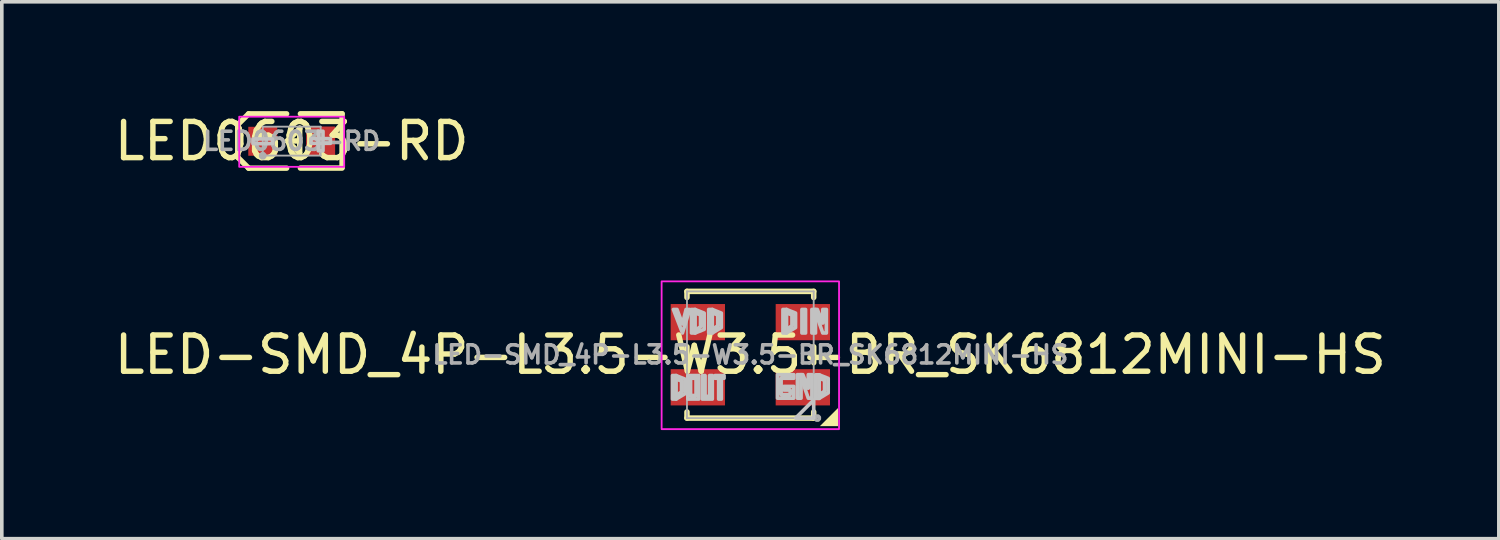
<source format=kicad_pcb>
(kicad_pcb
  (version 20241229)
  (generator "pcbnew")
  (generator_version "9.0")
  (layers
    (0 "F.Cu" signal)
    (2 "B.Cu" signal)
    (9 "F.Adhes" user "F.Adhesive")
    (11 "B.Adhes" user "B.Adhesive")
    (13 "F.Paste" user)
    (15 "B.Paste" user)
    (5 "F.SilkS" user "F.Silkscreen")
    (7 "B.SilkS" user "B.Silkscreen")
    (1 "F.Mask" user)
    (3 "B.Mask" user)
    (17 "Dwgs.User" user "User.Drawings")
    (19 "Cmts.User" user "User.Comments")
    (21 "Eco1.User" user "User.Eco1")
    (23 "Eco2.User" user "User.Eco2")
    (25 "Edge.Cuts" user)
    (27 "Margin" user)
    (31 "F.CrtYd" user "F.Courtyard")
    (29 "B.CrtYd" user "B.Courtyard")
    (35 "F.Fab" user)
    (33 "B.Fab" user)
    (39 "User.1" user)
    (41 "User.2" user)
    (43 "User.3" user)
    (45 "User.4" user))
  (footprint "LED-SMD_4P-L3.5-W3.5-BR_SK6812MINI-HS"
    (layer "F.Cu")
    (at 17.673 6.747)
    (property "Reference" "LED-SMD_4P-L3.5-W3.5-BR_SK6812MINI-HS" (at 0 0 0) (layer "F.SilkS") (effects (font (size 1 1) (thickness 0.15))))
    (fp_line (start -1.75 -1.581) (end -1.75 -1.75) (stroke (width 0.152) (type default)) (layer "F.SilkS"))
    (fp_line (start -1.75 0.22) (end -1.75 -0.22) (stroke (width 0.152) (type default)) (layer "F.SilkS"))
    (fp_line (start -1.75 1.75) (end -1.75 1.58) (stroke (width 0.152) (type default)) (layer "F.SilkS"))
    (fp_line (start 1.75 -1.75) (end -1.75 -1.75) (stroke (width 0.152) (type default)) (layer "F.SilkS"))
    (fp_line (start 1.75 -1.581) (end 1.75 -1.75) (stroke (width 0.152) (type default)) (layer "F.SilkS"))
    (fp_line (start 1.75 0.22) (end 1.75 -0.22) (stroke (width 0.152) (type default)) (layer "F.SilkS"))
    (fp_line (start 1.75 1.75) (end -1.75 1.75) (stroke (width 0.152) (type default)) (layer "F.SilkS"))
    (fp_line (start 1.75 1.75) (end 1.75 1.58) (stroke (width 0.152) (type default)) (layer "F.SilkS"))
    (fp_poly (pts (xy 1.921 1.972) (xy 2.421 1.972) (xy 2.421 1.472)) (stroke (width 0) (type default)) (fill yes) (layer "F.SilkS"))
    (fp_poly (pts (xy 1.25 1.75) (xy 1.75 1.75) (xy 1.75 1.25)) (stroke (width 0.1) (type default)) (fill no) (layer "Dwgs.User"))
    (fp_poly (pts (xy -2.15 0.575) (xy -2.15 1.225) (xy -2.05 1.225) (xy -2.05 0.575)) (stroke (width 0.1) (type default)) (fill no) (layer "Dwgs.User"))
    (fp_poly (pts (xy -1.625 -1.25) (xy -1.625 -0.6) (xy -1.525 -0.6) (xy -1.525 -1.25)) (stroke (width 0.1) (type default)) (fill no) (layer "Dwgs.User"))
    (fp_poly (pts (xy -1.15 -1.25) (xy -1.15 -0.6) (xy -1.05 -0.6) (xy -1.05 -1.25)) (stroke (width 0.1) (type default)) (fill no) (layer "Dwgs.User"))
    (fp_poly (pts (xy 0.9 -1.25) (xy 0.9 -0.6) (xy 1 -0.6) (xy 1 -1.25)) (stroke (width 0.1) (type default)) (fill no) (layer "Dwgs.User"))
    (fp_poly (pts (xy 1.3 0.55) (xy 1.3 1.2) (xy 1.401 1.2) (xy 1.401 0.55)) (stroke (width 0.1) (type default)) (fill no) (layer "Dwgs.User"))
    (fp_poly (pts (xy 1.425 -1.25) (xy 1.425 -0.6) (xy 1.525 -0.6) (xy 1.525 -1.25)) (stroke (width 0.1) (type default)) (fill no) (layer "Dwgs.User"))
    (fp_poly (pts (xy 1.7 -1.25) (xy 1.7 -0.6) (xy 1.8 -0.6) (xy 1.8 -1.25)) (stroke (width 0.1) (type default)) (fill no) (layer "Dwgs.User"))
    (fp_poly (pts (xy 1.802 0.555) (xy 1.802 1.205) (xy 1.902 1.205) (xy 1.902 0.555)) (stroke (width 0.1) (type default)) (fill no) (layer "Dwgs.User"))
    (fp_poly (pts (xy -2.125 -1.25) (xy -2.025 -1.25) (xy -1.875 -0.85) (xy -1.775 -1.25) (xy -1.675 -1.25) (xy -1.875 -0.6)) (stroke (width 0.1) (type default)) (fill no) (layer "Dwgs.User"))
    (fp_poly (pts (xy -2.05 0.675) (xy -1.901 0.725) (xy -1.901 1.025) (xy -2.05 1.125) (xy -2.05 1.225) (xy -1.801 1.075) (xy -1.801 0.675) (xy -2.05 0.575)) (stroke (width 0.1) (type default)) (fill no) (layer "Dwgs.User"))
    (fp_poly (pts (xy -1.525 -1.15) (xy -1.375 -1.1) (xy -1.375 -0.775) (xy -1.525 -0.675) (xy -1.525 -0.6) (xy -1.275 -0.7) (xy -1.275 -1.15) (xy -1.525 -1.25)) (stroke (width 0.1) (type default)) (fill no) (layer "Dwgs.User"))
    (fp_poly (pts (xy -1.325 0.575) (xy -1.25 0.575) (xy -1.25 1.15) (xy -1.125 1.15) (xy -1.125 0.575) (xy -1.05 0.575) (xy -1.05 1.225) (xy -1.325 1.225)) (stroke (width 0.1) (type default)) (fill no) (layer "Dwgs.User"))
    (fp_poly (pts (xy -1.05 -1.15) (xy -0.901 -1.1) (xy -0.901 -0.8) (xy -1.05 -0.7) (xy -1.05 -0.6) (xy -0.801 -0.75) (xy -0.801 -1.15) (xy -1.05 -1.25)) (stroke (width 0.1) (type default)) (fill no) (layer "Dwgs.User"))
    (fp_poly (pts (xy -0.975 0.575) (xy -0.975 0.65) (xy -0.875 0.65) (xy -0.875 1.225) (xy -0.8 1.225) (xy -0.8 0.65) (xy -0.725 0.65) (xy -0.725 0.575)) (stroke (width 0.1) (type default)) (fill no) (layer "Dwgs.User"))
    (fp_poly (pts (xy 1 -1.15) (xy 1.149 -1.1) (xy 1.149 -0.8) (xy 1 -0.7) (xy 1 -0.6) (xy 1.249 -0.75) (xy 1.249 -1.15) (xy 1 -1.25)) (stroke (width 0.1) (type default)) (fill no) (layer "Dwgs.User"))
    (fp_poly (pts (xy 1.4 0.625) (xy 1.6 1.2) (xy 1.7 1.2) (xy 1.7 0.55) (xy 1.6 0.55) (xy 1.6 0.925) (xy 1.45 0.55) (xy 1.4 0.55)) (stroke (width 0.1) (type default)) (fill no) (layer "Dwgs.User"))
    (fp_poly (pts (xy 1.8 -1.175) (xy 2 -0.6) (xy 2.1 -0.6) (xy 2.1 -1.25) (xy 2 -1.25) (xy 2 -0.875) (xy 1.85 -1.25) (xy 1.8 -1.25)) (stroke (width 0.1) (type default)) (fill no) (layer "Dwgs.User"))
    (fp_poly (pts (xy 1.902 0.654) (xy 2.05 0.705) (xy 2.05 1.004) (xy 1.902 1.105) (xy 1.902 1.205) (xy 2.151 1.054) (xy 2.151 0.654) (xy 1.902 0.555)) (stroke (width 0.1) (type default)) (fill no) (layer "Dwgs.User"))
    (fp_poly (pts (xy -1.65 0.7) (xy -1.65 1.125) (xy -1.5 1.125) (xy -1.5 0.65) (xy -1.725 0.65) (xy -1.725 0.575) (xy -1.425 0.575) (xy -1.425 1.225) (xy -1.725 1.225) (xy -1.725 0.7)) (stroke (width 0.1) (type default)) (fill no) (layer "Dwgs.User"))
    (fp_poly (pts (xy 1.2 0.55) (xy 1.2 0.65) (xy 0.85 0.65) (xy 0.85 1.1) (xy 1.1 1.1) (xy 1.1 0.975) (xy 0.925 0.975) (xy 0.925 0.875) (xy 1.2 0.875) (xy 1.2 1.2) (xy 0.75 1.2) (xy 0.75 0.55)) (stroke (width 0.1) (type default)) (fill no) (layer "Dwgs.User"))
    (fp_rect (start -2.45 -2.026) (end 2.45 2.055) (stroke (width 0.05) (type default)) (fill no) (layer "F.CrtYd"))
    (fp_line (start -1.75 -1.75) (end 1.75 -1.75) (stroke (width 0.051) (type default)) (layer "F.Fab"))
    (fp_line (start -1.75 1.75) (end -1.75 -1.75) (stroke (width 0.051) (type default)) (layer "F.Fab"))
    (fp_line (start 1.75 -1.75) (end 1.75 1.75) (stroke (width 0.051) (type default)) (layer "F.Fab"))
    (fp_line (start 1.75 1.75) (end -1.75 1.75) (stroke (width 0.051) (type default)) (layer "F.Fab"))
    (fp_poly (pts (xy 1.905 1.727) (xy 1.873 1.695) (xy 1.827 1.695) (xy 1.795 1.727) (xy 1.795 1.773) (xy 1.827 1.805) (xy 1.873 1.805) (xy 1.905 1.773)) (stroke (width 0.1) (type default)) (fill no) (layer "F.Fab"))
    (fp_poly (pts (xy -0.95 -0.5) (xy -1.85 -0.5) (xy -1.85 -1.3) (xy -0.95 -1.3)) (stroke (width 0.1) (type default)) (fill no) (layer "User.1"))
    (fp_poly (pts (xy -0.95 1.3) (xy -1.85 1.3) (xy -1.85 0.5) (xy -0.95 0.5)) (stroke (width 0.1) (type default)) (fill no) (layer "User.1"))
    (fp_poly (pts (xy 1.85 -0.5) (xy 0.95 -0.5) (xy 0.95 -1.3) (xy 1.85 -1.3)) (stroke (width 0.1) (type default)) (fill no) (layer "User.1"))
    (fp_poly (pts (xy 1.85 1.3) (xy 0.95 1.3) (xy 0.95 0.5) (xy 1.85 0.5)) (stroke (width 0.1) (type default)) (fill no) (layer "User.1"))
    (fp_text user "${REFERENCE}" (at 0 0 0) (layer "F.Fab") (effects (font (size 0.5 0.5) (thickness 0.1))))
    (pad "1" smd rect (at 1.45 0.9 180) (size 1.5 1) (layers "F.Cu" "F.Mask" "F.Paste"))
    (pad "2" smd rect (at 1.45 -0.9 180) (size 1.5 1) (layers "F.Cu" "F.Mask" "F.Paste"))
    (pad "3" smd rect (at -1.45 -0.9 180) (size 1.5 1) (layers "F.Cu" "F.Mask" "F.Paste"))
    (pad "4" smd rect (at -1.45 0.9 180) (size 1.5 1) (layers "F.Cu" "F.Mask" "F.Paste")))
  (footprint "LED0603-RD"
    (layer "F.Cu")
    (at 5.006 0.848)
    (property "Reference" "LED0603-RD" (at 0 0 0) (layer "F.SilkS") (effects (font (size 1 1) (thickness 0.15))))
    (fp_line (start -1.49 -0.455) (end -1.19 -0.754) (stroke (width 0.15) (type default)) (layer "F.SilkS"))
    (fp_line (start -1.49 -0.354) (end -1.49 -0.455) (stroke (width 0.15) (type default)) (layer "F.SilkS"))
    (fp_line (start -1.49 -0.354) (end -1.49 0.346) (stroke (width 0.15) (type default)) (layer "F.SilkS"))
    (fp_line (start -1.49 0.346) (end -1.49 0.446) (stroke (width 0.15) (type default)) (layer "F.SilkS"))
    (fp_line (start -1.49 0.446) (end -1.19 0.746) (stroke (width 0.15) (type default)) (layer "F.SilkS"))
    (fp_line (start -0.14 -0.754) (end -1.19 -0.754) (stroke (width 0.15) (type default)) (layer "F.SilkS"))
    (fp_line (start -0.14 0.746) (end -1.19 0.746) (stroke (width 0.15) (type default)) (layer "F.SilkS"))
    (fp_line (start 0.21 0.324) (end -0.119 -0.006) (stroke (width 0.15) (type default)) (layer "F.SilkS"))
    (fp_line (start 0.221 -0.356) (end 0.221 -0.346) (stroke (width 0.15) (type default)) (layer "F.SilkS"))
    (fp_line (start 0.221 -0.356) (end 0.221 0.324) (stroke (width 0.15) (type default)) (layer "F.SilkS"))
    (fp_line (start 0.221 -0.346) (end -0.119 -0.006) (stroke (width 0.15) (type default)) (layer "F.SilkS"))
    (fp_line (start 0.221 -0.006) (end -0.119 -0.006) (stroke (width 0.15) (type default)) (layer "F.SilkS"))
    (fp_line (start 0.221 0.324) (end 0.21 0.324) (stroke (width 0.15) (type default)) (layer "F.SilkS"))
    (fp_line (start 0.24 -0.756) (end 1.391 -0.756) (stroke (width 0.15) (type default)) (layer "F.SilkS"))
    (fp_line (start 0.24 0.744) (end 1.391 0.744) (stroke (width 0.15) (type default)) (layer "F.SilkS"))
    (fp_line (start 1.391 -0.756) (end 1.391 0.724) (stroke (width 0.15) (type default)) (layer "F.SilkS"))
    (fp_poly (pts (xy -1.07 -0.061) (xy -0.53 -0.061) (xy -0.53 0.069) (xy -1.07 0.069)) (stroke (width 0.1) (type default)) (fill no) (layer "Dwgs.User"))
    (fp_poly (pts (xy 0.529 -0.069) (xy 1.069 -0.069) (xy 1.069 0.061) (xy 0.529 0.061)) (stroke (width 0.1) (type default)) (fill no) (layer "Dwgs.User"))
    (fp_poly (pts (xy 0.735 0.267) (xy 0.735 -0.273) (xy 0.865 -0.273) (xy 0.865 0.267)) (stroke (width 0.1) (type default)) (fill no) (layer "Dwgs.User"))
    (fp_rect (start -1.45 -0.675) (end 1.45 0.709) (stroke (width 0.05) (type default)) (fill no) (layer "F.CrtYd"))
    (fp_line (start -0.799 -0.4) (end 0.8 -0.4) (stroke (width 0.051) (type default)) (layer "F.Fab"))
    (fp_line (start -0.799 0.4) (end -0.799 -0.4) (stroke (width 0.051) (type default)) (layer "F.Fab"))
    (fp_line (start 0.8 -0.4) (end 0.8 0.4) (stroke (width 0.051) (type default)) (layer "F.Fab"))
    (fp_line (start 0.8 0.4) (end -0.799 0.4) (stroke (width 0.051) (type default)) (layer "F.Fab"))
    (fp_poly (pts (xy -0.744 0.381) (xy -0.777 0.348) (xy -0.822 0.348) (xy -0.855 0.381) (xy -0.855 0.426) (xy -0.822 0.459) (xy -0.777 0.459) (xy -0.744 0.426)) (stroke (width 0.1) (type default)) (fill no) (layer "F.Fab"))
    (fp_poly (pts (xy -0.799 0.404) (xy -0.799 -0.397) (xy -0.499 -0.397) (xy -0.499 0.404)) (stroke (width 0.1) (type default)) (fill no) (layer "User.1"))
    (fp_poly (pts (xy 0.5 0.397) (xy 0.5 -0.404) (xy 0.8 -0.404) (xy 0.8 0.397)) (stroke (width 0.1) (type default)) (fill no) (layer "User.1"))
    (fp_text user "${REFERENCE}" (at 0 0 0) (layer "F.Fab") (effects (font (size 0.5 0.5) (thickness 0.1))))
    (pad "1" smd rect (at -0.799 0.004 90) (size 0.8 0.8) (layers "F.Cu" "F.Mask" "F.Paste"))
    (pad "2" smd rect (at 0.799 -0.004 90) (size 0.8 0.8) (layers "F.Cu" "F.Mask" "F.Paste")))
  (gr_rect
    (start -3 -3)
    (end 38.345 11.827)
    (stroke (width 0.1) (type default))
    (fill no)
    (layer "Edge.Cuts")))
</source>
